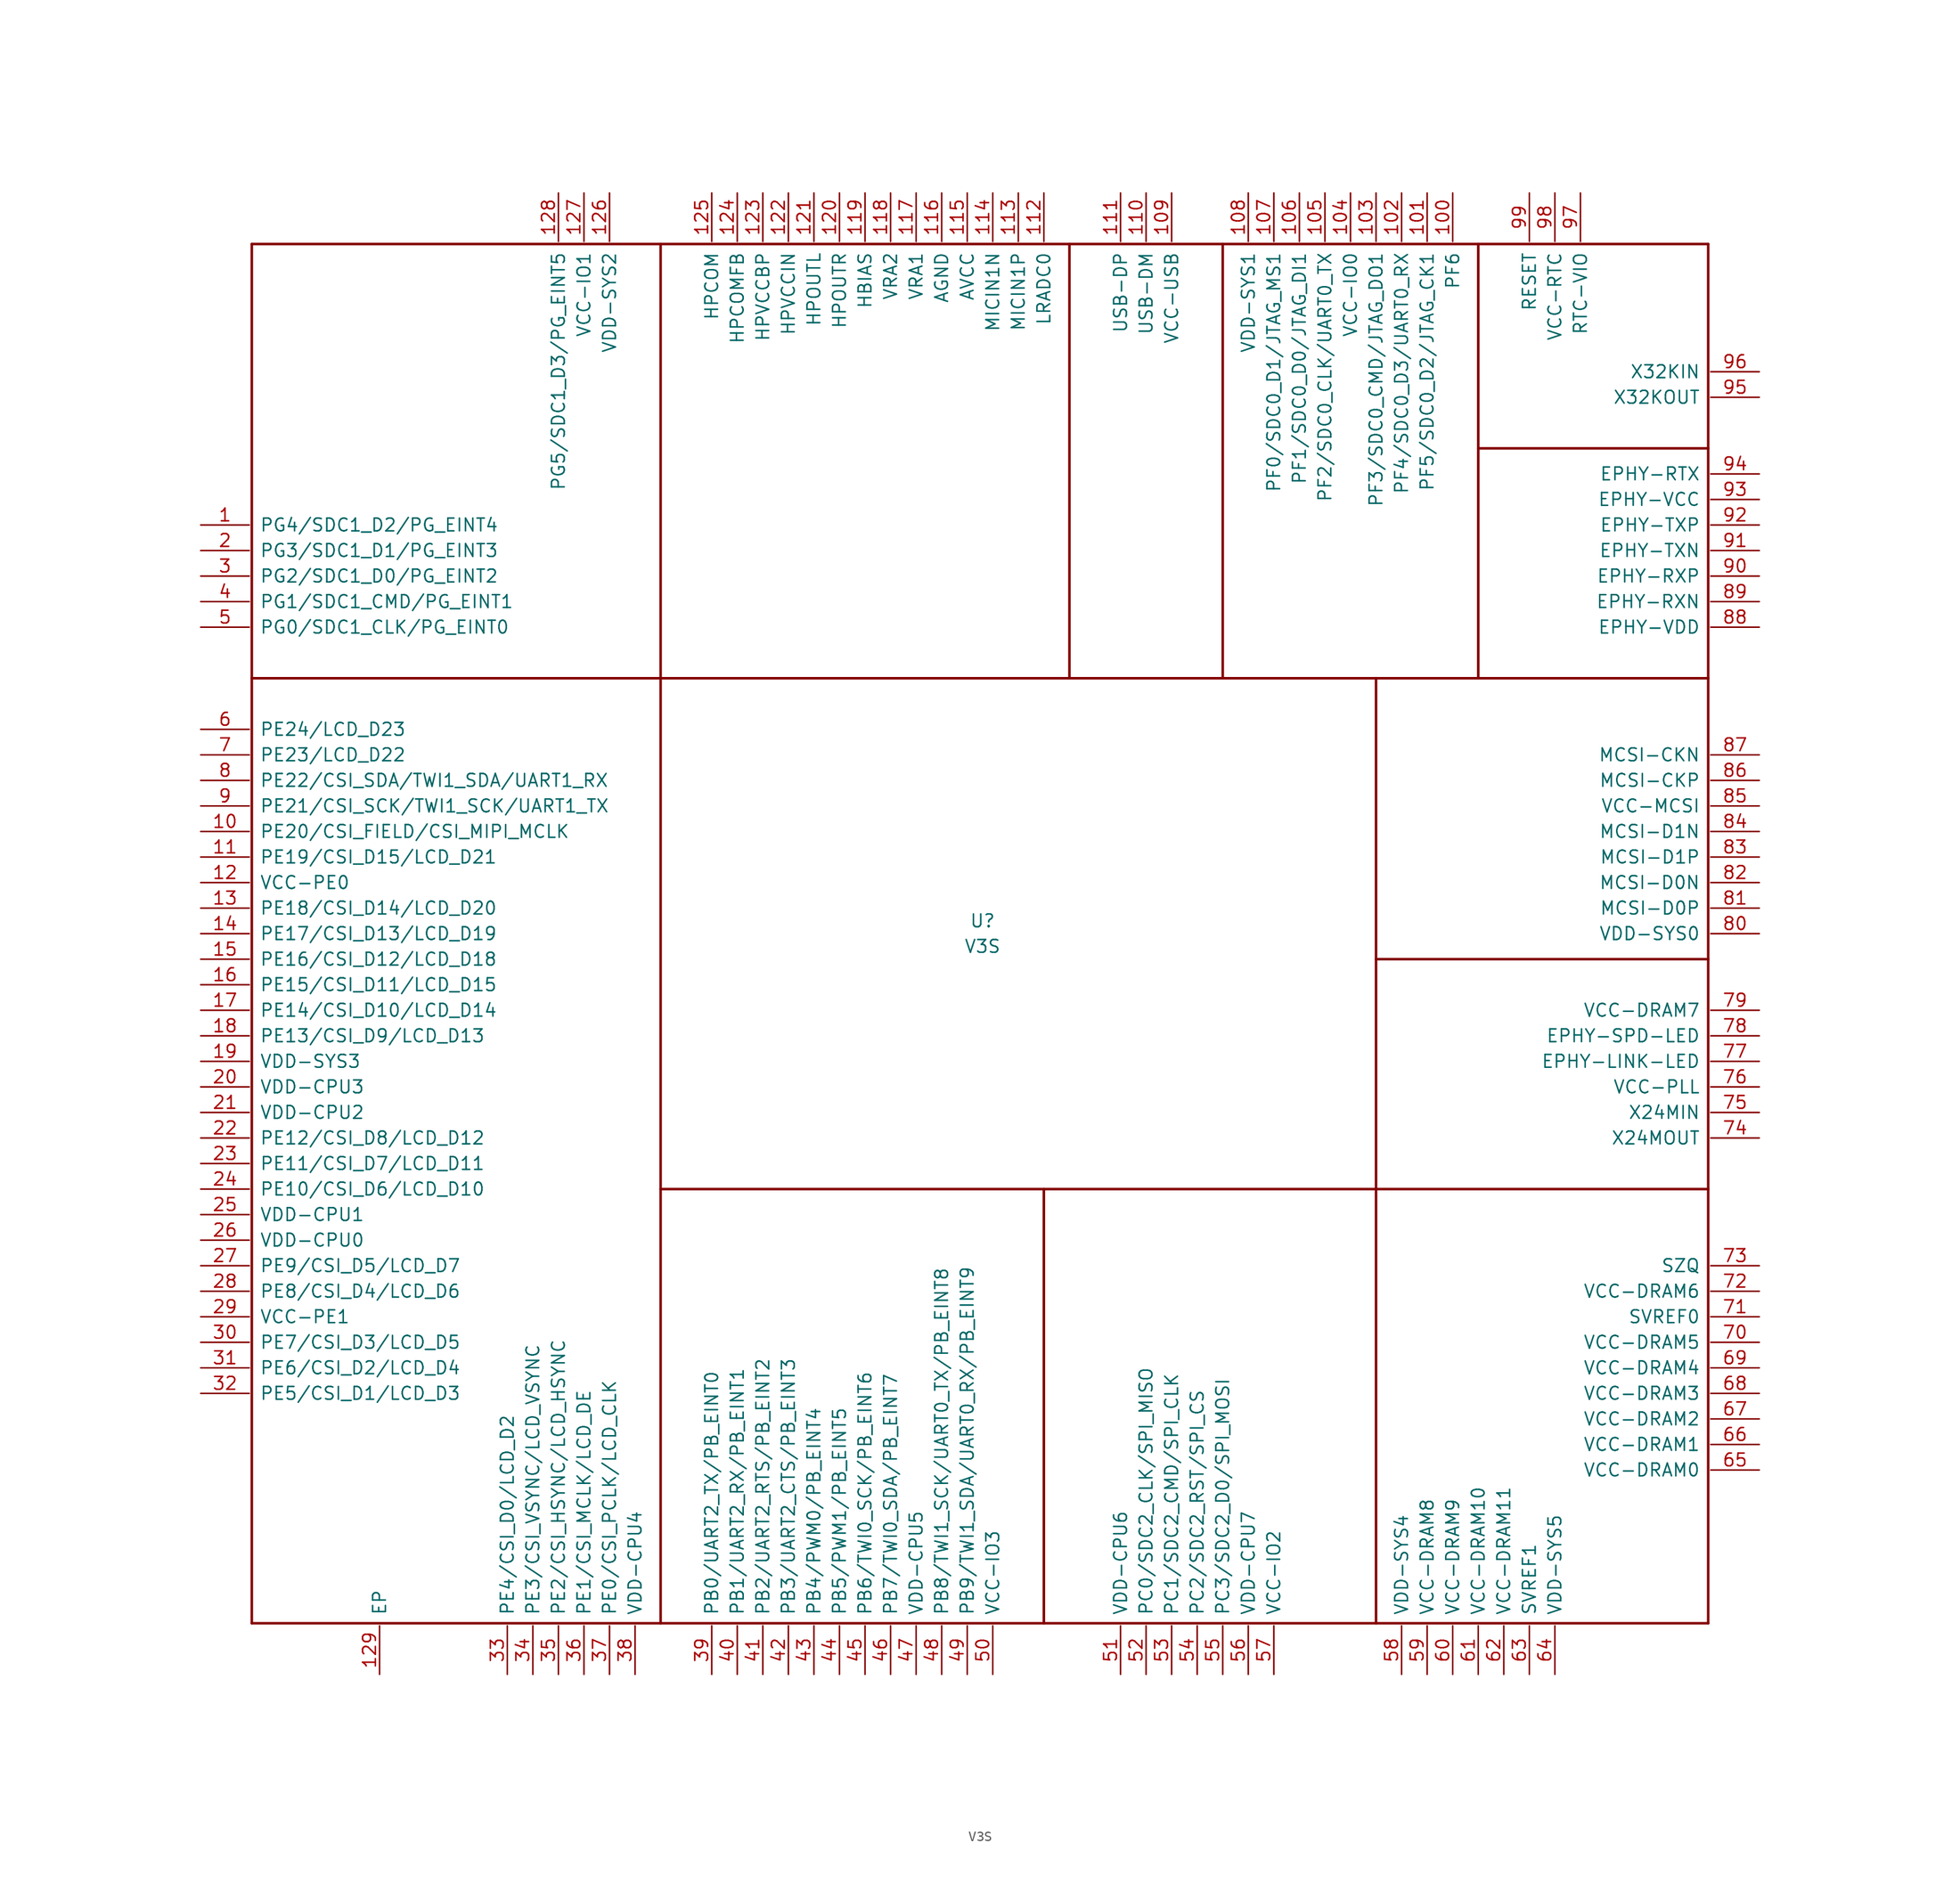
<source format=kicad_sym>
(kicad_symbol_lib
  (version 20211014)
  (generator kicad_symbol_editor)
  (symbol "V3S"
    (pin_names
      (offset 1.016))
    (property "Reference" "U"
      (at 0 1.27 0)
      (effects (font (size 1.27 1.27))))
    (property "Value" "V3S"
      (at 0 -1.27 0)
      (effects (font (size 1.27 1.27))))
    (symbol "V3S_0_0"
      (polyline (pts (xy -72.644 -68.58) (xy 72.136 -68.58)) (stroke (width 0.254) (type default) (color 0 0 0 0)) (fill (type background)))
      (polyline (pts (xy -72.644 25.4) (xy 72.136 25.4)) (stroke (width 0.254) (type default) (color 0 0 0 0)) (fill (type background)))
      (polyline (pts (xy -72.644 68.58) (xy -72.644 -68.58)) (stroke (width 0.254) (type default) (color 0 0 0 0)) (fill (type background)))
      (polyline (pts (xy -32.004 68.58) (xy -32.004 -68.58)) (stroke (width 0.254) (type default) (color 0 0 0 0)) (fill (type background)))
      (polyline (pts (xy 6.096 -68.58) (xy 6.096 -25.4)) (stroke (width 0.254) (type default) (color 0 0 0 0)) (fill (type background)))
      (polyline (pts (xy 8.636 68.58) (xy 8.636 25.4)) (stroke (width 0.254) (type default) (color 0 0 0 0)) (fill (type background)))
      (polyline (pts (xy 23.876 68.58) (xy 23.876 25.4)) (stroke (width 0.254) (type default) (color 0 0 0 0)) (fill (type background)))
      (polyline (pts (xy 39.116 -68.58) (xy 39.116 -25.4)) (stroke (width 0.254) (type default) (color 0 0 0 0)) (fill (type background)))
      (polyline (pts (xy 39.116 -25.4) (xy 39.116 25.4)) (stroke (width 0.254) (type default) (color 0 0 0 0)) (fill (type background)))
      (polyline (pts (xy 49.276 68.58) (xy 49.276 25.4)) (stroke (width 0.254) (type default) (color 0 0 0 0)) (fill (type background)))
      (polyline (pts (xy 72.136 -68.58) (xy 72.136 68.58)) (stroke (width 0.254) (type default) (color 0 0 0 0)) (fill (type background)))
      (polyline (pts (xy 72.136 -25.4) (xy -32.004 -25.4)) (stroke (width 0.254) (type default) (color 0 0 0 0)) (fill (type background)))
      (polyline (pts (xy 72.136 -2.54) (xy 39.116 -2.54)) (stroke (width 0.254) (type default) (color 0 0 0 0)) (fill (type background)))
      (polyline (pts (xy 72.136 48.26) (xy 49.276 48.26)) (stroke (width 0.254) (type default) (color 0 0 0 0)) (fill (type background)))
      (polyline (pts (xy 72.136 68.58) (xy -72.644 68.58)) (stroke (width 0.254) (type default) (color 0 0 0 0)) (fill (type background))))
    (symbol "V3S_1_0"
      (pin unspecified line (at -77.724 40.64 0) (length 4.826) (name "PG4/SDC1_D2/PG_EINT4" (effects (font (size 1.27 1.27)))) (number "1" (effects (font (size 1.27 1.27)))))
      (pin unspecified line (at -77.724 10.16 0) (length 4.826) (name "PE20/CSI_FIELD/CSI_MIPI_MCLK" (effects (font (size 1.27 1.27)))) (number "10" (effects (font (size 1.27 1.27)))))
      (pin unspecified line (at 46.736 73.66 270) (length 4.826) (name "PF6" (effects (font (size 1.27 1.27)))) (number "100" (effects (font (size 1.27 1.27)))))
      (pin unspecified line (at 44.196 73.66 270) (length 4.826) (name "PF5/SDC0_D2/JTAG_CK1" (effects (font (size 1.27 1.27)))) (number "101" (effects (font (size 1.27 1.27)))))
      (pin unspecified line (at 41.656 73.66 270) (length 4.826) (name "PF4/SDC0_D3/UART0_RX" (effects (font (size 1.27 1.27)))) (number "102" (effects (font (size 1.27 1.27)))))
      (pin unspecified line (at 39.116 73.66 270) (length 4.826) (name "PF3/SDC0_CMD/JTAG_DO1" (effects (font (size 1.27 1.27)))) (number "103" (effects (font (size 1.27 1.27)))))
      (pin unspecified line (at 36.576 73.66 270) (length 4.826) (name "VCC-IO0" (effects (font (size 1.27 1.27)))) (number "104" (effects (font (size 1.27 1.27)))))
      (pin unspecified line (at 34.036 73.66 270) (length 4.826) (name "PF2/SDC0_CLK/UART0_TX" (effects (font (size 1.27 1.27)))) (number "105" (effects (font (size 1.27 1.27)))))
      (pin unspecified line (at 31.496 73.66 270) (length 4.826) (name "PF1/SDC0_D0/JTAG_DI1" (effects (font (size 1.27 1.27)))) (number "106" (effects (font (size 1.27 1.27)))))
      (pin unspecified line (at 28.956 73.66 270) (length 4.826) (name "PF0/SDC0_D1/JTAG_MS1" (effects (font (size 1.27 1.27)))) (number "107" (effects (font (size 1.27 1.27)))))
      (pin unspecified line (at 26.416 73.66 270) (length 4.826) (name "VDD-SYS1" (effects (font (size 1.27 1.27)))) (number "108" (effects (font (size 1.27 1.27)))))
      (pin unspecified line (at 18.796 73.66 270) (length 4.826) (name "VCC-USB" (effects (font (size 1.27 1.27)))) (number "109" (effects (font (size 1.27 1.27)))))
      (pin unspecified line (at -77.724 7.62 0) (length 4.826) (name "PE19/CSI_D15/LCD_D21" (effects (font (size 1.27 1.27)))) (number "11" (effects (font (size 1.27 1.27)))))
      (pin unspecified line (at 16.256 73.66 270) (length 4.826) (name "USB-DM" (effects (font (size 1.27 1.27)))) (number "110" (effects (font (size 1.27 1.27)))))
      (pin unspecified line (at 13.716 73.66 270) (length 4.826) (name "USB-DP" (effects (font (size 1.27 1.27)))) (number "111" (effects (font (size 1.27 1.27)))))
      (pin unspecified line (at 6.096 73.66 270) (length 4.826) (name "LRADC0" (effects (font (size 1.27 1.27)))) (number "112" (effects (font (size 1.27 1.27)))))
      (pin unspecified line (at 3.556 73.66 270) (length 4.826) (name "MICIN1P" (effects (font (size 1.27 1.27)))) (number "113" (effects (font (size 1.27 1.27)))))
      (pin unspecified line (at 1.016 73.66 270) (length 4.826) (name "MICIN1N" (effects (font (size 1.27 1.27)))) (number "114" (effects (font (size 1.27 1.27)))))
      (pin unspecified line (at -1.524 73.66 270) (length 4.826) (name "AVCC" (effects (font (size 1.27 1.27)))) (number "115" (effects (font (size 1.27 1.27)))))
      (pin unspecified line (at -4.064 73.66 270) (length 4.826) (name "AGND" (effects (font (size 1.27 1.27)))) (number "116" (effects (font (size 1.27 1.27)))))
      (pin unspecified line (at -6.604 73.66 270) (length 4.826) (name "VRA1" (effects (font (size 1.27 1.27)))) (number "117" (effects (font (size 1.27 1.27)))))
      (pin unspecified line (at -9.144 73.66 270) (length 4.826) (name "VRA2" (effects (font (size 1.27 1.27)))) (number "118" (effects (font (size 1.27 1.27)))))
      (pin unspecified line (at -11.684 73.66 270) (length 4.826) (name "HBIAS" (effects (font (size 1.27 1.27)))) (number "119" (effects (font (size 1.27 1.27)))))
      (pin unspecified line (at -77.724 5.08 0) (length 4.826) (name "VCC-PE0" (effects (font (size 1.27 1.27)))) (number "12" (effects (font (size 1.27 1.27)))))
      (pin unspecified line (at -14.224 73.66 270) (length 4.826) (name "HPOUTR" (effects (font (size 1.27 1.27)))) (number "120" (effects (font (size 1.27 1.27)))))
      (pin unspecified line (at -16.764 73.66 270) (length 4.826) (name "HPOUTL" (effects (font (size 1.27 1.27)))) (number "121" (effects (font (size 1.27 1.27)))))
      (pin unspecified line (at -19.304 73.66 270) (length 4.826) (name "HPVCCIN" (effects (font (size 1.27 1.27)))) (number "122" (effects (font (size 1.27 1.27)))))
      (pin unspecified line (at -21.844 73.66 270) (length 4.826) (name "HPVCCBP" (effects (font (size 1.27 1.27)))) (number "123" (effects (font (size 1.27 1.27)))))
      (pin unspecified line (at -24.384 73.66 270) (length 4.826) (name "HPCOMFB" (effects (font (size 1.27 1.27)))) (number "124" (effects (font (size 1.27 1.27)))))
      (pin unspecified line (at -26.924 73.66 270) (length 4.826) (name "HPCOM" (effects (font (size 1.27 1.27)))) (number "125" (effects (font (size 1.27 1.27)))))
      (pin unspecified line (at -37.084 73.66 270) (length 4.826) (name "VDD-SYS2" (effects (font (size 1.27 1.27)))) (number "126" (effects (font (size 1.27 1.27)))))
      (pin unspecified line (at -39.624 73.66 270) (length 4.826) (name "VCC-IO1" (effects (font (size 1.27 1.27)))) (number "127" (effects (font (size 1.27 1.27)))))
      (pin unspecified line (at -42.164 73.66 270) (length 4.826) (name "PG5/SDC1_D3/PG_EINT5" (effects (font (size 1.27 1.27)))) (number "128" (effects (font (size 1.27 1.27)))))
      (pin unspecified line (at -59.944 -73.66 90) (length 4.826) (name "EP" (effects (font (size 1.27 1.27)))) (number "129" (effects (font (size 1.27 1.27)))))
      (pin unspecified line (at -77.724 2.54 0) (length 4.826) (name "PE18/CSI_D14/LCD_D20" (effects (font (size 1.27 1.27)))) (number "13" (effects (font (size 1.27 1.27)))))
      (pin unspecified line (at -77.724 0 0) (length 4.826) (name "PE17/CSI_D13/LCD_D19" (effects (font (size 1.27 1.27)))) (number "14" (effects (font (size 1.27 1.27)))))
      (pin unspecified line (at -77.724 -2.54 0) (length 4.826) (name "PE16/CSI_D12/LCD_D18" (effects (font (size 1.27 1.27)))) (number "15" (effects (font (size 1.27 1.27)))))
      (pin unspecified line (at -77.724 -5.08 0) (length 4.826) (name "PE15/CSI_D11/LCD_D15" (effects (font (size 1.27 1.27)))) (number "16" (effects (font (size 1.27 1.27)))))
      (pin unspecified line (at -77.724 -7.62 0) (length 4.826) (name "PE14/CSI_D10/LCD_D14" (effects (font (size 1.27 1.27)))) (number "17" (effects (font (size 1.27 1.27)))))
      (pin unspecified line (at -77.724 -10.16 0) (length 4.826) (name "PE13/CSI_D9/LCD_D13" (effects (font (size 1.27 1.27)))) (number "18" (effects (font (size 1.27 1.27)))))
      (pin unspecified line (at -77.724 -12.7 0) (length 4.826) (name "VDD-SYS3" (effects (font (size 1.27 1.27)))) (number "19" (effects (font (size 1.27 1.27)))))
      (pin unspecified line (at -77.724 38.1 0) (length 4.826) (name "PG3/SDC1_D1/PG_EINT3" (effects (font (size 1.27 1.27)))) (number "2" (effects (font (size 1.27 1.27)))))
      (pin unspecified line (at -77.724 -15.24 0) (length 4.826) (name "VDD-CPU3" (effects (font (size 1.27 1.27)))) (number "20" (effects (font (size 1.27 1.27)))))
      (pin unspecified line (at -77.724 -17.78 0) (length 4.826) (name "VDD-CPU2" (effects (font (size 1.27 1.27)))) (number "21" (effects (font (size 1.27 1.27)))))
      (pin unspecified line (at -77.724 -20.32 0) (length 4.826) (name "PE12/CSI_D8/LCD_D12" (effects (font (size 1.27 1.27)))) (number "22" (effects (font (size 1.27 1.27)))))
      (pin unspecified line (at -77.724 -22.86 0) (length 4.826) (name "PE11/CSI_D7/LCD_D11" (effects (font (size 1.27 1.27)))) (number "23" (effects (font (size 1.27 1.27)))))
      (pin unspecified line (at -77.724 -25.4 0) (length 4.826) (name "PE10/CSI_D6/LCD_D10" (effects (font (size 1.27 1.27)))) (number "24" (effects (font (size 1.27 1.27)))))
      (pin unspecified line (at -77.724 -27.94 0) (length 4.826) (name "VDD-CPU1" (effects (font (size 1.27 1.27)))) (number "25" (effects (font (size 1.27 1.27)))))
      (pin unspecified line (at -77.724 -30.48 0) (length 4.826) (name "VDD-CPU0" (effects (font (size 1.27 1.27)))) (number "26" (effects (font (size 1.27 1.27)))))
      (pin unspecified line (at -77.724 -33.02 0) (length 4.826) (name "PE9/CSI_D5/LCD_D7" (effects (font (size 1.27 1.27)))) (number "27" (effects (font (size 1.27 1.27)))))
      (pin unspecified line (at -77.724 -35.56 0) (length 4.826) (name "PE8/CSI_D4/LCD_D6" (effects (font (size 1.27 1.27)))) (number "28" (effects (font (size 1.27 1.27)))))
      (pin unspecified line (at -77.724 -38.1 0) (length 4.826) (name "VCC-PE1" (effects (font (size 1.27 1.27)))) (number "29" (effects (font (size 1.27 1.27)))))
      (pin unspecified line (at -77.724 35.56 0) (length 4.826) (name "PG2/SDC1_D0/PG_EINT2" (effects (font (size 1.27 1.27)))) (number "3" (effects (font (size 1.27 1.27)))))
      (pin unspecified line (at -77.724 -40.64 0) (length 4.826) (name "PE7/CSI_D3/LCD_D5" (effects (font (size 1.27 1.27)))) (number "30" (effects (font (size 1.27 1.27)))))
      (pin unspecified line (at -77.724 -43.18 0) (length 4.826) (name "PE6/CSI_D2/LCD_D4" (effects (font (size 1.27 1.27)))) (number "31" (effects (font (size 1.27 1.27)))))
      (pin unspecified line (at -77.724 -45.72 0) (length 4.826) (name "PE5/CSI_D1/LCD_D3" (effects (font (size 1.27 1.27)))) (number "32" (effects (font (size 1.27 1.27)))))
      (pin unspecified line (at -47.244 -73.66 90) (length 4.826) (name "PE4/CSI_D0/LCD_D2" (effects (font (size 1.27 1.27)))) (number "33" (effects (font (size 1.27 1.27)))))
      (pin unspecified line (at -44.704 -73.66 90) (length 4.826) (name "PE3/CSI_VSYNC/LCD_VSYNC" (effects (font (size 1.27 1.27)))) (number "34" (effects (font (size 1.27 1.27)))))
      (pin unspecified line (at -42.164 -73.66 90) (length 4.826) (name "PE2/CSI_HSYNC/LCD_HSYNC" (effects (font (size 1.27 1.27)))) (number "35" (effects (font (size 1.27 1.27)))))
      (pin unspecified line (at -39.624 -73.66 90) (length 4.826) (name "PE1/CSI_MCLK/LCD_DE" (effects (font (size 1.27 1.27)))) (number "36" (effects (font (size 1.27 1.27)))))
      (pin unspecified line (at -37.084 -73.66 90) (length 4.826) (name "PE0/CSI_PCLK/LCD_CLK" (effects (font (size 1.27 1.27)))) (number "37" (effects (font (size 1.27 1.27)))))
      (pin unspecified line (at -34.544 -73.66 90) (length 4.826) (name "VDD-CPU4" (effects (font (size 1.27 1.27)))) (number "38" (effects (font (size 1.27 1.27)))))
      (pin unspecified line (at -26.924 -73.66 90) (length 4.826) (name "PB0/UART2_TX/PB_EINT0" (effects (font (size 1.27 1.27)))) (number "39" (effects (font (size 1.27 1.27)))))
      (pin unspecified line (at -77.724 33.02 0) (length 4.826) (name "PG1/SDC1_CMD/PG_EINT1" (effects (font (size 1.27 1.27)))) (number "4" (effects (font (size 1.27 1.27)))))
      (pin unspecified line (at -24.384 -73.66 90) (length 4.826) (name "PB1/UART2_RX/PB_EINT1" (effects (font (size 1.27 1.27)))) (number "40" (effects (font (size 1.27 1.27)))))
      (pin unspecified line (at -21.844 -73.66 90) (length 4.826) (name "PB2/UART2_RTS/PB_EINT2" (effects (font (size 1.27 1.27)))) (number "41" (effects (font (size 1.27 1.27)))))
      (pin unspecified line (at -19.304 -73.66 90) (length 4.826) (name "PB3/UART2_CTS/PB_EINT3" (effects (font (size 1.27 1.27)))) (number "42" (effects (font (size 1.27 1.27)))))
      (pin unspecified line (at -16.764 -73.66 90) (length 4.826) (name "PB4/PWM0/PB_EINT4" (effects (font (size 1.27 1.27)))) (number "43" (effects (font (size 1.27 1.27)))))
      (pin unspecified line (at -14.224 -73.66 90) (length 4.826) (name "PB5/PWM1/PB_EINT5" (effects (font (size 1.27 1.27)))) (number "44" (effects (font (size 1.27 1.27)))))
      (pin unspecified line (at -11.684 -73.66 90) (length 4.826) (name "PB6/TWI0_SCK/PB_EINT6" (effects (font (size 1.27 1.27)))) (number "45" (effects (font (size 1.27 1.27)))))
      (pin unspecified line (at -9.144 -73.66 90) (length 4.826) (name "PB7/TWI0_SDA/PB_EINT7" (effects (font (size 1.27 1.27)))) (number "46" (effects (font (size 1.27 1.27)))))
      (pin unspecified line (at -6.604 -73.66 90) (length 4.826) (name "VDD-CPU5" (effects (font (size 1.27 1.27)))) (number "47" (effects (font (size 1.27 1.27)))))
      (pin unspecified line (at -4.064 -73.66 90) (length 4.826) (name "PB8/TWI1_SCK/UART0_TX/PB_EINT8" (effects (font (size 1.27 1.27)))) (number "48" (effects (font (size 1.27 1.27)))))
      (pin unspecified line (at -1.524 -73.66 90) (length 4.826) (name "PB9/TWI1_SDA/UART0_RX/PB_EINT9" (effects (font (size 1.27 1.27)))) (number "49" (effects (font (size 1.27 1.27)))))
      (pin unspecified line (at -77.724 30.48 0) (length 4.826) (name "PG0/SDC1_CLK/PG_EINT0" (effects (font (size 1.27 1.27)))) (number "5" (effects (font (size 1.27 1.27)))))
      (pin unspecified line (at 1.016 -73.66 90) (length 4.826) (name "VCC-IO3" (effects (font (size 1.27 1.27)))) (number "50" (effects (font (size 1.27 1.27)))))
      (pin unspecified line (at 13.716 -73.66 90) (length 4.826) (name "VDD-CPU6" (effects (font (size 1.27 1.27)))) (number "51" (effects (font (size 1.27 1.27)))))
      (pin unspecified line (at 16.256 -73.66 90) (length 4.826) (name "PC0/SDC2_CLK/SPI_MISO" (effects (font (size 1.27 1.27)))) (number "52" (effects (font (size 1.27 1.27)))))
      (pin unspecified line (at 18.796 -73.66 90) (length 4.826) (name "PC1/SDC2_CMD/SPI_CLK" (effects (font (size 1.27 1.27)))) (number "53" (effects (font (size 1.27 1.27)))))
      (pin unspecified line (at 21.336 -73.66 90) (length 4.826) (name "PC2/SDC2_RST/SPI_CS" (effects (font (size 1.27 1.27)))) (number "54" (effects (font (size 1.27 1.27)))))
      (pin unspecified line (at 23.876 -73.66 90) (length 4.826) (name "PC3/SDC2_D0/SPI_MOSI" (effects (font (size 1.27 1.27)))) (number "55" (effects (font (size 1.27 1.27)))))
      (pin unspecified line (at 26.416 -73.66 90) (length 4.826) (name "VDD-CPU7" (effects (font (size 1.27 1.27)))) (number "56" (effects (font (size 1.27 1.27)))))
      (pin unspecified line (at 28.956 -73.66 90) (length 4.826) (name "VCC-IO2" (effects (font (size 1.27 1.27)))) (number "57" (effects (font (size 1.27 1.27)))))
      (pin unspecified line (at 41.656 -73.66 90) (length 4.826) (name "VDD-SYS4" (effects (font (size 1.27 1.27)))) (number "58" (effects (font (size 1.27 1.27)))))
      (pin unspecified line (at 44.196 -73.66 90) (length 4.826) (name "VCC-DRAM8" (effects (font (size 1.27 1.27)))) (number "59" (effects (font (size 1.27 1.27)))))
      (pin unspecified line (at -77.724 20.32 0) (length 4.826) (name "PE24/LCD_D23" (effects (font (size 1.27 1.27)))) (number "6" (effects (font (size 1.27 1.27)))))
      (pin unspecified line (at 46.736 -73.66 90) (length 4.826) (name "VCC-DRAM9" (effects (font (size 1.27 1.27)))) (number "60" (effects (font (size 1.27 1.27)))))
      (pin unspecified line (at 49.276 -73.66 90) (length 4.826) (name "VCC-DRAM10" (effects (font (size 1.27 1.27)))) (number "61" (effects (font (size 1.27 1.27)))))
      (pin unspecified line (at 51.816 -73.66 90) (length 4.826) (name "VCC-DRAM11" (effects (font (size 1.27 1.27)))) (number "62" (effects (font (size 1.27 1.27)))))
      (pin unspecified line (at 54.356 -73.66 90) (length 4.826) (name "SVREF1" (effects (font (size 1.27 1.27)))) (number "63" (effects (font (size 1.27 1.27)))))
      (pin unspecified line (at 56.896 -73.66 90) (length 4.826) (name "VDD-SYS5" (effects (font (size 1.27 1.27)))) (number "64" (effects (font (size 1.27 1.27)))))
      (pin unspecified line (at 77.216 -53.34 180) (length 4.826) (name "VCC-DRAM0" (effects (font (size 1.27 1.27)))) (number "65" (effects (font (size 1.27 1.27)))))
      (pin unspecified line (at 77.216 -50.8 180) (length 4.826) (name "VCC-DRAM1" (effects (font (size 1.27 1.27)))) (number "66" (effects (font (size 1.27 1.27)))))
      (pin unspecified line (at 77.216 -48.26 180) (length 4.826) (name "VCC-DRAM2" (effects (font (size 1.27 1.27)))) (number "67" (effects (font (size 1.27 1.27)))))
      (pin unspecified line (at 77.216 -45.72 180) (length 4.826) (name "VCC-DRAM3" (effects (font (size 1.27 1.27)))) (number "68" (effects (font (size 1.27 1.27)))))
      (pin unspecified line (at 77.216 -43.18 180) (length 4.826) (name "VCC-DRAM4" (effects (font (size 1.27 1.27)))) (number "69" (effects (font (size 1.27 1.27)))))
      (pin unspecified line (at -77.724 17.78 0) (length 4.826) (name "PE23/LCD_D22" (effects (font (size 1.27 1.27)))) (number "7" (effects (font (size 1.27 1.27)))))
      (pin unspecified line (at 77.216 -40.64 180) (length 4.826) (name "VCC-DRAM5" (effects (font (size 1.27 1.27)))) (number "70" (effects (font (size 1.27 1.27)))))
      (pin unspecified line (at 77.216 -38.1 180) (length 4.826) (name "SVREF0" (effects (font (size 1.27 1.27)))) (number "71" (effects (font (size 1.27 1.27)))))
      (pin unspecified line (at 77.216 -35.56 180) (length 4.826) (name "VCC-DRAM6" (effects (font (size 1.27 1.27)))) (number "72" (effects (font (size 1.27 1.27)))))
      (pin unspecified line (at 77.216 -33.02 180) (length 4.826) (name "SZQ" (effects (font (size 1.27 1.27)))) (number "73" (effects (font (size 1.27 1.27)))))
      (pin unspecified line (at 77.216 -20.32 180) (length 4.826) (name "X24MOUT" (effects (font (size 1.27 1.27)))) (number "74" (effects (font (size 1.27 1.27)))))
      (pin unspecified line (at 77.216 -17.78 180) (length 4.826) (name "X24MIN" (effects (font (size 1.27 1.27)))) (number "75" (effects (font (size 1.27 1.27)))))
      (pin unspecified line (at 77.216 -15.24 180) (length 4.826) (name "VCC-PLL" (effects (font (size 1.27 1.27)))) (number "76" (effects (font (size 1.27 1.27)))))
      (pin unspecified line (at 77.216 -12.7 180) (length 4.826) (name "EPHY-LINK-LED" (effects (font (size 1.27 1.27)))) (number "77" (effects (font (size 1.27 1.27)))))
      (pin unspecified line (at 77.216 -10.16 180) (length 4.826) (name "EPHY-SPD-LED" (effects (font (size 1.27 1.27)))) (number "78" (effects (font (size 1.27 1.27)))))
      (pin unspecified line (at 77.216 -7.62 180) (length 4.826) (name "VCC-DRAM7" (effects (font (size 1.27 1.27)))) (number "79" (effects (font (size 1.27 1.27)))))
      (pin unspecified line (at -77.724 15.24 0) (length 4.826) (name "PE22/CSI_SDA/TWI1_SDA/UART1_RX" (effects (font (size 1.27 1.27)))) (number "8" (effects (font (size 1.27 1.27)))))
      (pin unspecified line (at 77.216 0 180) (length 4.826) (name "VDD-SYS0" (effects (font (size 1.27 1.27)))) (number "80" (effects (font (size 1.27 1.27)))))
      (pin unspecified line (at 77.216 2.54 180) (length 4.826) (name "MCSI-D0P" (effects (font (size 1.27 1.27)))) (number "81" (effects (font (size 1.27 1.27)))))
      (pin unspecified line (at 77.216 5.08 180) (length 4.826) (name "MCSI-D0N" (effects (font (size 1.27 1.27)))) (number "82" (effects (font (size 1.27 1.27)))))
      (pin unspecified line (at 77.216 7.62 180) (length 4.826) (name "MCSI-D1P" (effects (font (size 1.27 1.27)))) (number "83" (effects (font (size 1.27 1.27)))))
      (pin unspecified line (at 77.216 10.16 180) (length 4.826) (name "MCSI-D1N" (effects (font (size 1.27 1.27)))) (number "84" (effects (font (size 1.27 1.27)))))
      (pin unspecified line (at 77.216 12.7 180) (length 4.826) (name "VCC-MCSI" (effects (font (size 1.27 1.27)))) (number "85" (effects (font (size 1.27 1.27)))))
      (pin unspecified line (at 77.216 15.24 180) (length 4.826) (name "MCSI-CKP" (effects (font (size 1.27 1.27)))) (number "86" (effects (font (size 1.27 1.27)))))
      (pin unspecified line (at 77.216 17.78 180) (length 4.826) (name "MCSI-CKN" (effects (font (size 1.27 1.27)))) (number "87" (effects (font (size 1.27 1.27)))))
      (pin unspecified line (at 77.216 30.48 180) (length 4.826) (name "EPHY-VDD" (effects (font (size 1.27 1.27)))) (number "88" (effects (font (size 1.27 1.27)))))
      (pin unspecified line (at 77.216 33.02 180) (length 4.826) (name "EPHY-RXN" (effects (font (size 1.27 1.27)))) (number "89" (effects (font (size 1.27 1.27)))))
      (pin unspecified line (at -77.724 12.7 0) (length 4.826) (name "PE21/CSI_SCK/TWI1_SCK/UART1_TX" (effects (font (size 1.27 1.27)))) (number "9" (effects (font (size 1.27 1.27)))))
      (pin unspecified line (at 77.216 35.56 180) (length 4.826) (name "EPHY-RXP" (effects (font (size 1.27 1.27)))) (number "90" (effects (font (size 1.27 1.27)))))
      (pin unspecified line (at 77.216 38.1 180) (length 4.826) (name "EPHY-TXN" (effects (font (size 1.27 1.27)))) (number "91" (effects (font (size 1.27 1.27)))))
      (pin unspecified line (at 77.216 40.64 180) (length 4.826) (name "EPHY-TXP" (effects (font (size 1.27 1.27)))) (number "92" (effects (font (size 1.27 1.27)))))
      (pin unspecified line (at 77.216 43.18 180) (length 4.826) (name "EPHY-VCC" (effects (font (size 1.27 1.27)))) (number "93" (effects (font (size 1.27 1.27)))))
      (pin unspecified line (at 77.216 45.72 180) (length 4.826) (name "EPHY-RTX" (effects (font (size 1.27 1.27)))) (number "94" (effects (font (size 1.27 1.27)))))
      (pin unspecified line (at 77.216 53.34 180) (length 4.826) (name "X32KOUT" (effects (font (size 1.27 1.27)))) (number "95" (effects (font (size 1.27 1.27)))))
      (pin unspecified line (at 77.216 55.88 180) (length 4.826) (name "X32KIN" (effects (font (size 1.27 1.27)))) (number "96" (effects (font (size 1.27 1.27)))))
      (pin unspecified line (at 59.436 73.66 270) (length 4.826) (name "RTC-VIO" (effects (font (size 1.27 1.27)))) (number "97" (effects (font (size 1.27 1.27)))))
      (pin unspecified line (at 56.896 73.66 270) (length 4.826) (name "VCC-RTC" (effects (font (size 1.27 1.27)))) (number "98" (effects (font (size 1.27 1.27)))))
      (pin unspecified line (at 54.356 73.66 270) (length 4.826) (name "RESET" (effects (font (size 1.27 1.27)))) (number "99" (effects (font (size 1.27 1.27))))))))
</source>
